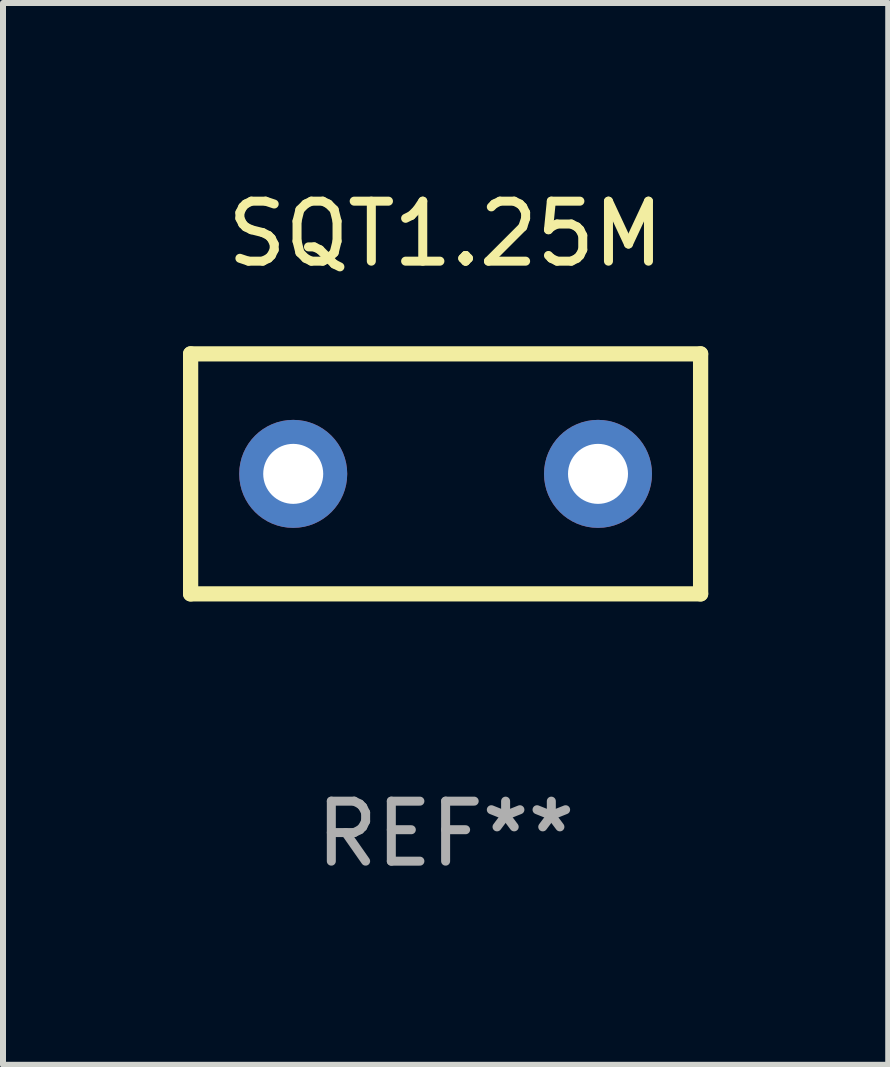
<source format=kicad_pcb>
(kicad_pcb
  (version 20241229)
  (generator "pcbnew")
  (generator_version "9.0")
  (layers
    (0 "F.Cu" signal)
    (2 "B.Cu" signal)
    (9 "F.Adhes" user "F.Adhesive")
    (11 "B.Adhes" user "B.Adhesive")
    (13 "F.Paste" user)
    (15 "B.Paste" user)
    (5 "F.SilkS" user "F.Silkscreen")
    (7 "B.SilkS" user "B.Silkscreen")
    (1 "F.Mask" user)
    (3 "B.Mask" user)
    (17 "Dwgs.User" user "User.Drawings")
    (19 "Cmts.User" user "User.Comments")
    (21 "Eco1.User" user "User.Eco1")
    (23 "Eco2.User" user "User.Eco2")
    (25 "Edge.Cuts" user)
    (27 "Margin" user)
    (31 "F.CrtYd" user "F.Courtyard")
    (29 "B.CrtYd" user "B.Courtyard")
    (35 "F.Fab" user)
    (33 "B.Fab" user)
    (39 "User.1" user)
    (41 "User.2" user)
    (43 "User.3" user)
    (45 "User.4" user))
  (footprint "SQT1.25M"
    (layer "F.Cu")
    (at 4.377 4.848)
    (property "Reference" "SQT1.25M" (at 0 -4 0) (layer "F.SilkS") (effects (font (size 1 1) (thickness 0.15))))
    (attr through_hole)
    (fp_line (start -4.25 2) (end -4.25 -2) (stroke (width 0.254) (type solid)) (layer "F.SilkS"))
    (fp_line (start -4.25 -2) (end 4.25 -2) (stroke (width 0.254) (type solid)) (layer "F.SilkS"))
    (fp_line (start 4.25 2) (end -4.25 2) (stroke (width 0.254) (type solid)) (layer "F.SilkS"))
    (fp_line (start 4.25 -2) (end 4.25 2) (stroke (width 0.254) (type solid)) (layer "F.SilkS"))
    (fp_circle (center -4.25 2) (end -4.22 2) (stroke (width 0.06) (type solid)) (fill no) (layer "F.SilkS"))
    (fp_text user "REF**" (at 0 6 0) (layer "F.Fab") (effects (font (size 1 1) (thickness 0.15))))
    (pad "1" thru_hole circle (at -2.54 0) (size 1.8 1.8) (drill 1) (layers "*.Cu" "*.Mask"))
    (pad "2" thru_hole circle (at 2.54 0) (size 1.8 1.8) (drill 1) (layers "*.Cu" "*.Mask")))
  (gr_rect
    (start -3 -3)
    (end 11.754 14.697)
    (stroke (width 0.1) (type default))
    (fill no)
    (layer "Edge.Cuts")))
</source>
